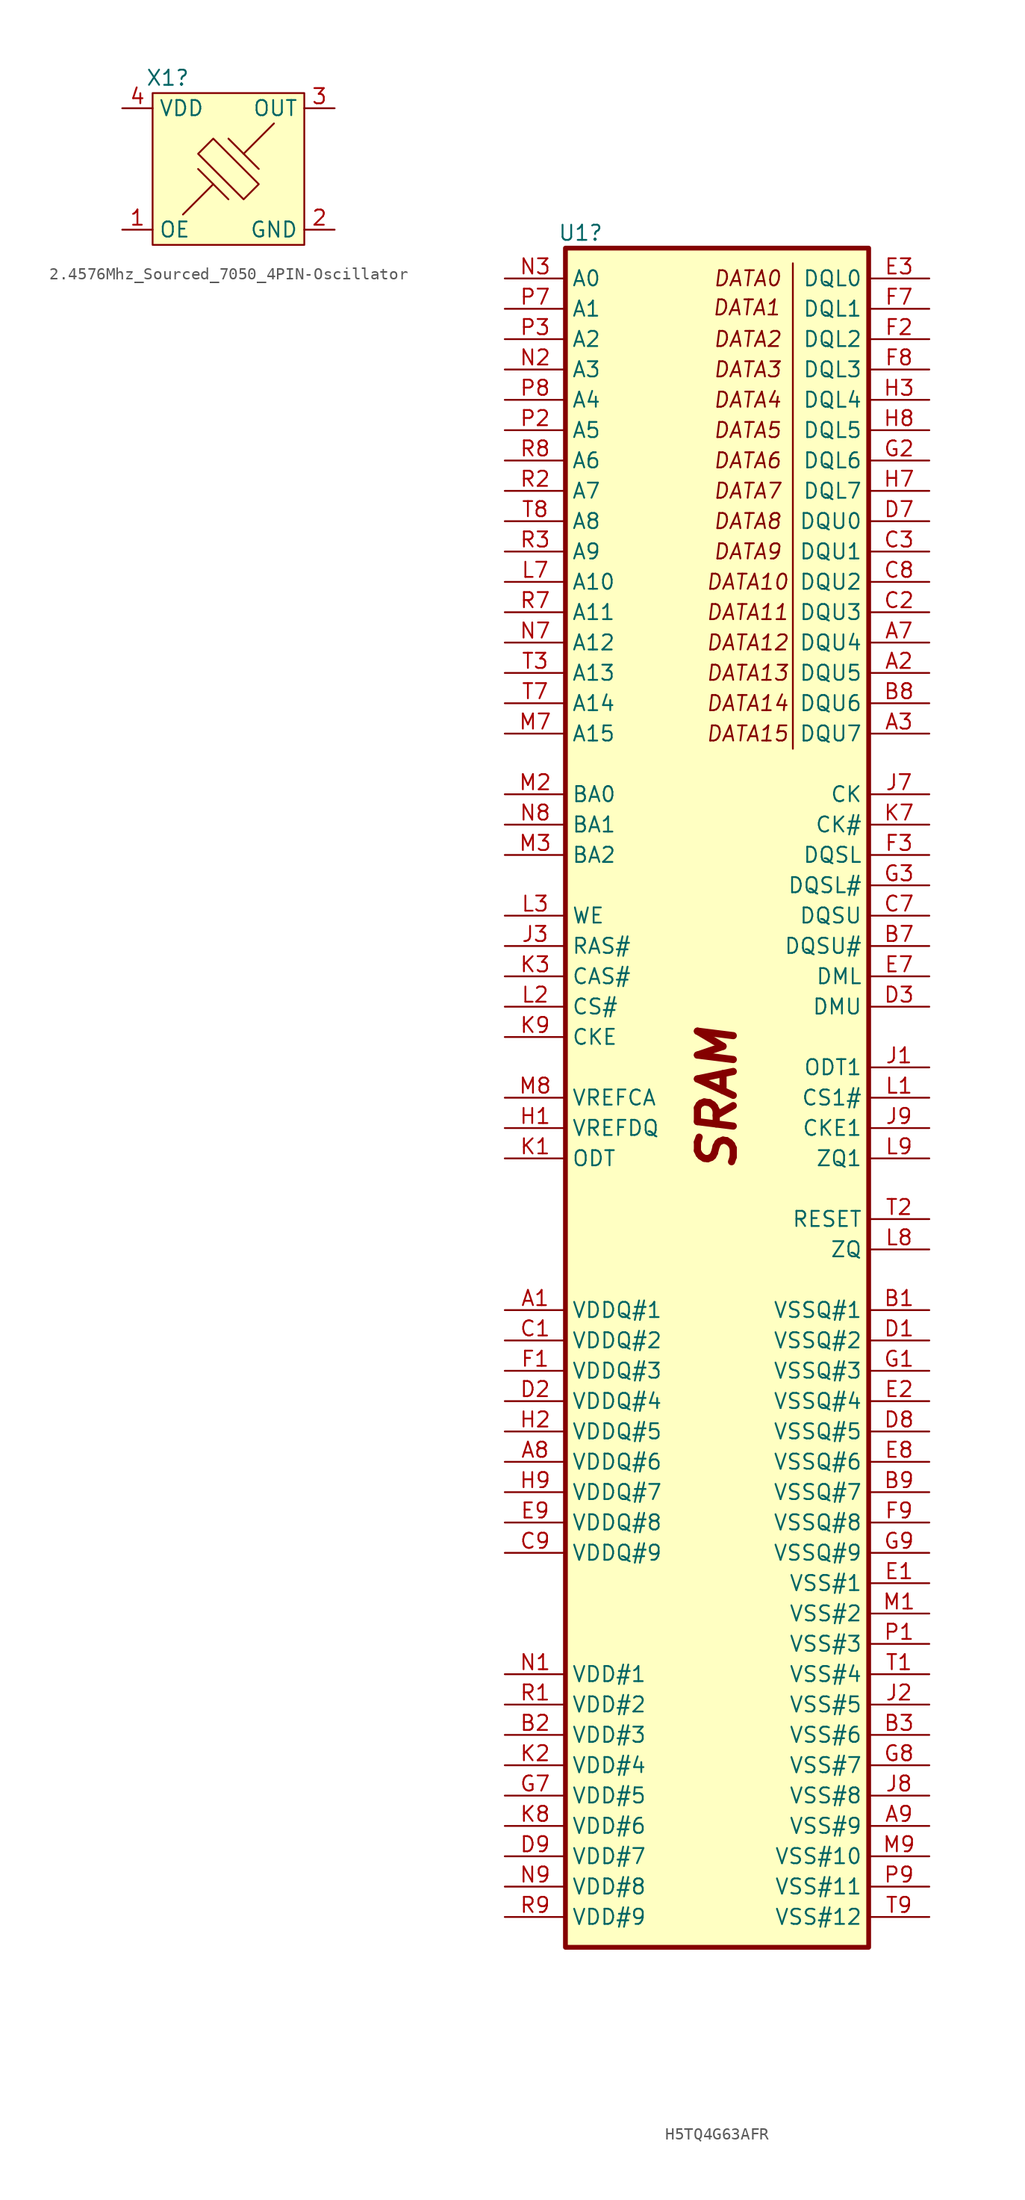
<source format=kicad_sym>
(kicad_symbol_lib
  (version 20220914)
  (generator kicad_symbol_editor)
  (symbol "2.4576Mhz_Sourced_7050_4PIN-Oscillator"
    (property "Reference" "X1"
      (at -5.08 7.62 0)
      (effects (font (size 1.27 1.27))))
    (property "Value" ""
      (at 0 -2.54 0)
      (effects (font (size 1.27 1.27))))
    (symbol "2.4576Mhz_Sourced_7050_4PIN-Oscillator_1_1"
      (rectangle (start -6.35 -6.35) (end 6.35 6.35) (stroke (width 0) (type default)) (fill (type background)))
      (polyline (pts (xy 0 -2.54) (xy -2.54 0)) (stroke (width 0) (type default)) (fill (type none)))
      (polyline (pts (xy 0 2.54) (xy 2.54 0)) (stroke (width 0) (type default)) (fill (type none)))
      (polyline (pts (xy 1.27 1.27) (xy 3.81 3.81)) (stroke (width 0) (type default)) (fill (type none)))
      (polyline (pts (xy -1.27 -1.27) (xy -3.81 -3.81) (xy -3.81 -3.81)) (stroke (width 0) (type default)) (fill (type none)))
      (polyline (pts (xy 1.27 -2.54) (xy -2.54 1.27) (xy -1.27 2.54) (xy 2.54 -1.27) (xy 1.27 -2.54)) (stroke (width 0) (type default)) (fill (type none)))
      (pin passive line (at -8.89 -5.08 0) (length 2.54) (name "OE" (effects (font (size 1.27 1.27)))) (number "1" (effects (font (size 1.27 1.27)))))
      (pin passive line (at 8.89 -5.08 180) (length 2.54) (name "GND" (effects (font (size 1.27 1.27)))) (number "2" (effects (font (size 1.27 1.27)))))
      (pin passive line (at 8.89 5.08 180) (length 2.54) (name "OUT" (effects (font (size 1.27 1.27)))) (number "3" (effects (font (size 1.27 1.27)))))
      (pin passive line (at -8.89 5.08 0) (length 2.54) (name "VDD" (effects (font (size 1.27 1.27)))) (number "4" (effects (font (size 1.27 1.27)))))))
  (symbol "H5TQ4G63AFR"
    (property "Reference" "U1"
      (at -11.43 72.39 0)
      (effects (font (size 1.27 1.27))))
    (property "Value" ""
      (at -11.43 -2.54 0)
      (effects (font (size 1.27 1.27))))
    (symbol "H5TQ4G63AFR_0_0"
      (text "SRAM" (at 0 0 900) (effects (font (size 3 3) bold italic))))
    (symbol "H5TQ4G63AFR_0_1"
      (rectangle (start -12.7 71.12) (end 12.7 -71.12) (stroke (width 0.4) (type default)) (fill (type background)))
      (polyline (pts (xy 6.35 29.21) (xy 6.35 69.85)) (stroke (width 0) (type default)) (fill (type none))))
    (symbol "H5TQ4G63AFR_1_1"
      (text "DATA0" (at 2.54 68.58 0) (effects (font (size 1.27 1.27) italic)))
      (text "DATA1" (at 2.47 66.143 0) (effects (font (size 1.27 1.27) italic)))
      (text "DATA10" (at 2.54 43.18 0) (effects (font (size 1.27 1.27) italic)))
      (text "DATA11" (at 2.54 40.64 0) (effects (font (size 1.27 1.27) italic)))
      (text "DATA12" (at 2.54 38.1 0) (effects (font (size 1.27 1.27) italic)))
      (text "DATA13" (at 2.54 35.56 0) (effects (font (size 1.27 1.27) italic)))
      (text "DATA14" (at 2.54 33.02 0) (effects (font (size 1.27 1.27) italic)))
      (text "DATA15" (at 2.54 30.48 0) (effects (font (size 1.27 1.27) italic)))
      (text "DATA2" (at 2.54 63.5 0) (effects (font (size 1.27 1.27) italic)))
      (text "DATA3" (at 2.54 60.96 0) (effects (font (size 1.27 1.27) italic)))
      (text "DATA4" (at 2.54 58.42 0) (effects (font (size 1.27 1.27) italic)))
      (text "DATA5" (at 2.54 55.88 0) (effects (font (size 1.27 1.27) italic)))
      (text "DATA6" (at 2.54 53.34 0) (effects (font (size 1.27 1.27) italic)))
      (text "DATA7" (at 2.54 50.8 0) (effects (font (size 1.27 1.27) italic)))
      (text "DATA8" (at 2.54 48.26 0) (effects (font (size 1.27 1.27) italic)))
      (text "DATA9" (at 2.54 45.72 0) (effects (font (size 1.27 1.27) italic)))
      (pin bidirectional line (at -17.78 -17.78 0) (length 5.08) (name "VDDQ#1" (effects (font (size 1.27 1.27)))) (number "A1" (effects (font (size 1.27 1.27)))))
      (pin bidirectional line (at 17.78 35.56 180) (length 5.08) (name "DQU5" (effects (font (size 1.27 1.27)))) (number "A2" (effects (font (size 1.27 1.27)))))
      (pin bidirectional line (at 17.78 30.48 180) (length 5.08) (name "DQU7" (effects (font (size 1.27 1.27)))) (number "A3" (effects (font (size 1.27 1.27)))))
      (pin bidirectional line (at 17.78 38.1 180) (length 5.08) (name "DQU4" (effects (font (size 1.27 1.27)))) (number "A7" (effects (font (size 1.27 1.27)))))
      (pin bidirectional line (at -17.78 -30.48 0) (length 5.08) (name "VDDQ#6" (effects (font (size 1.27 1.27)))) (number "A8" (effects (font (size 1.27 1.27)))))
      (pin bidirectional line (at 17.78 -60.96 180) (length 5.08) (name "VSS#9" (effects (font (size 1.27 1.27)))) (number "A9" (effects (font (size 1.27 1.27)))))
      (pin bidirectional line (at 17.78 -17.78 180) (length 5.08) (name "VSSQ#1" (effects (font (size 1.27 1.27)))) (number "B1" (effects (font (size 1.27 1.27)))))
      (pin bidirectional line (at -17.78 -53.34 0) (length 5.08) (name "VDD#3" (effects (font (size 1.27 1.27)))) (number "B2" (effects (font (size 1.27 1.27)))))
      (pin bidirectional line (at 17.78 -53.34 180) (length 5.08) (name "VSS#6" (effects (font (size 1.27 1.27)))) (number "B3" (effects (font (size 1.27 1.27)))))
      (pin bidirectional line (at 17.78 12.7 180) (length 5.08) (name "DQSU#" (effects (font (size 1.27 1.27)))) (number "B7" (effects (font (size 1.27 1.27)))))
      (pin bidirectional line (at 17.78 33.02 180) (length 5.08) (name "DQU6" (effects (font (size 1.27 1.27)))) (number "B8" (effects (font (size 1.27 1.27)))))
      (pin bidirectional line (at 17.78 -33.02 180) (length 5.08) (name "VSSQ#7" (effects (font (size 1.27 1.27)))) (number "B9" (effects (font (size 1.27 1.27)))))
      (pin bidirectional line (at -17.78 -20.32 0) (length 5.08) (name "VDDQ#2" (effects (font (size 1.27 1.27)))) (number "C1" (effects (font (size 1.27 1.27)))))
      (pin bidirectional line (at 17.78 40.64 180) (length 5.08) (name "DQU3" (effects (font (size 1.27 1.27)))) (number "C2" (effects (font (size 1.27 1.27)))))
      (pin bidirectional line (at 17.78 45.72 180) (length 5.08) (name "DQU1" (effects (font (size 1.27 1.27)))) (number "C3" (effects (font (size 1.27 1.27)))))
      (pin bidirectional line (at 17.78 15.24 180) (length 5.08) (name "DQSU" (effects (font (size 1.27 1.27)))) (number "C7" (effects (font (size 1.27 1.27)))))
      (pin bidirectional line (at 17.78 43.18 180) (length 5.08) (name "DQU2" (effects (font (size 1.27 1.27)))) (number "C8" (effects (font (size 1.27 1.27)))))
      (pin bidirectional line (at -17.78 -38.1 0) (length 5.08) (name "VDDQ#9" (effects (font (size 1.27 1.27)))) (number "C9" (effects (font (size 1.27 1.27)))))
      (pin bidirectional line (at 17.78 -20.32 180) (length 5.08) (name "VSSQ#2" (effects (font (size 1.27 1.27)))) (number "D1" (effects (font (size 1.27 1.27)))))
      (pin bidirectional line (at -17.78 -25.4 0) (length 5.08) (name "VDDQ#4" (effects (font (size 1.27 1.27)))) (number "D2" (effects (font (size 1.27 1.27)))))
      (pin bidirectional line (at 17.78 7.62 180) (length 5.08) (name "DMU" (effects (font (size 1.27 1.27)))) (number "D3" (effects (font (size 1.27 1.27)))))
      (pin bidirectional line (at 17.78 48.26 180) (length 5.08) (name "DQU0" (effects (font (size 1.27 1.27)))) (number "D7" (effects (font (size 1.27 1.27)))))
      (pin bidirectional line (at 17.78 -27.94 180) (length 5.08) (name "VSSQ#5" (effects (font (size 1.27 1.27)))) (number "D8" (effects (font (size 1.27 1.27)))))
      (pin bidirectional line (at -17.78 -63.5 0) (length 5.08) (name "VDD#7" (effects (font (size 1.27 1.27)))) (number "D9" (effects (font (size 1.27 1.27)))))
      (pin bidirectional line (at 17.78 -40.64 180) (length 5.08) (name "VSS#1" (effects (font (size 1.27 1.27)))) (number "E1" (effects (font (size 1.27 1.27)))))
      (pin bidirectional line (at 17.78 -25.4 180) (length 5.08) (name "VSSQ#4" (effects (font (size 1.27 1.27)))) (number "E2" (effects (font (size 1.27 1.27)))))
      (pin bidirectional line (at 17.78 68.58 180) (length 5.08) (name "DQL0" (effects (font (size 1.27 1.27)))) (number "E3" (effects (font (size 1.27 1.27)))))
      (pin bidirectional line (at 17.78 10.16 180) (length 5.08) (name "DML" (effects (font (size 1.27 1.27)))) (number "E7" (effects (font (size 1.27 1.27)))))
      (pin bidirectional line (at 17.78 -30.48 180) (length 5.08) (name "VSSQ#6" (effects (font (size 1.27 1.27)))) (number "E8" (effects (font (size 1.27 1.27)))))
      (pin bidirectional line (at -17.78 -35.56 0) (length 5.08) (name "VDDQ#8" (effects (font (size 1.27 1.27)))) (number "E9" (effects (font (size 1.27 1.27)))))
      (pin bidirectional line (at -17.78 -22.86 0) (length 5.08) (name "VDDQ#3" (effects (font (size 1.27 1.27)))) (number "F1" (effects (font (size 1.27 1.27)))))
      (pin bidirectional line (at 17.78 63.5 180) (length 5.08) (name "DQL2" (effects (font (size 1.27 1.27)))) (number "F2" (effects (font (size 1.27 1.27)))))
      (pin bidirectional line (at 17.78 20.32 180) (length 5.08) (name "DQSL" (effects (font (size 1.27 1.27)))) (number "F3" (effects (font (size 1.27 1.27)))))
      (pin bidirectional line (at 17.78 66.04 180) (length 5.08) (name "DQL1" (effects (font (size 1.27 1.27)))) (number "F7" (effects (font (size 1.27 1.27)))))
      (pin bidirectional line (at 17.78 60.96 180) (length 5.08) (name "DQL3" (effects (font (size 1.27 1.27)))) (number "F8" (effects (font (size 1.27 1.27)))))
      (pin bidirectional line (at 17.78 -35.56 180) (length 5.08) (name "VSSQ#8" (effects (font (size 1.27 1.27)))) (number "F9" (effects (font (size 1.27 1.27)))))
      (pin bidirectional line (at 17.78 -22.86 180) (length 5.08) (name "VSSQ#3" (effects (font (size 1.27 1.27)))) (number "G1" (effects (font (size 1.27 1.27)))))
      (pin bidirectional line (at 17.78 53.34 180) (length 5.08) (name "DQL6" (effects (font (size 1.27 1.27)))) (number "G2" (effects (font (size 1.27 1.27)))))
      (pin bidirectional line (at 17.78 17.78 180) (length 5.08) (name "DQSL#" (effects (font (size 1.27 1.27)))) (number "G3" (effects (font (size 1.27 1.27)))))
      (pin bidirectional line (at -17.78 -58.42 0) (length 5.08) (name "VDD#5" (effects (font (size 1.27 1.27)))) (number "G7" (effects (font (size 1.27 1.27)))))
      (pin bidirectional line (at 17.78 -55.88 180) (length 5.08) (name "VSS#7" (effects (font (size 1.27 1.27)))) (number "G8" (effects (font (size 1.27 1.27)))))
      (pin bidirectional line (at 17.78 -38.1 180) (length 5.08) (name "VSSQ#9" (effects (font (size 1.27 1.27)))) (number "G9" (effects (font (size 1.27 1.27)))))
      (pin bidirectional line (at -17.78 -2.54 0) (length 5.08) (name "VREFDQ" (effects (font (size 1.27 1.27)))) (number "H1" (effects (font (size 1.27 1.27)))))
      (pin bidirectional line (at -17.78 -27.94 0) (length 5.08) (name "VDDQ#5" (effects (font (size 1.27 1.27)))) (number "H2" (effects (font (size 1.27 1.27)))))
      (pin bidirectional line (at 17.78 58.42 180) (length 5.08) (name "DQL4" (effects (font (size 1.27 1.27)))) (number "H3" (effects (font (size 1.27 1.27)))))
      (pin bidirectional line (at 17.78 50.8 180) (length 5.08) (name "DQL7" (effects (font (size 1.27 1.27)))) (number "H7" (effects (font (size 1.27 1.27)))))
      (pin bidirectional line (at 17.78 55.88 180) (length 5.08) (name "DQL5" (effects (font (size 1.27 1.27)))) (number "H8" (effects (font (size 1.27 1.27)))))
      (pin bidirectional line (at -17.78 -33.02 0) (length 5.08) (name "VDDQ#7" (effects (font (size 1.27 1.27)))) (number "H9" (effects (font (size 1.27 1.27)))))
      (pin bidirectional line (at 17.78 2.54 180) (length 5.08) (name "ODT1" (effects (font (size 1.27 1.27)))) (number "J1" (effects (font (size 1.27 1.27)))))
      (pin bidirectional line (at 17.78 -50.8 180) (length 5.08) (name "VSS#5" (effects (font (size 1.27 1.27)))) (number "J2" (effects (font (size 1.27 1.27)))))
      (pin bidirectional line (at -17.78 12.7 0) (length 5.08) (name "RAS#" (effects (font (size 1.27 1.27)))) (number "J3" (effects (font (size 1.27 1.27)))))
      (pin bidirectional line (at 17.78 25.4 180) (length 5.08) (name "CK" (effects (font (size 1.27 1.27)))) (number "J7" (effects (font (size 1.27 1.27)))))
      (pin bidirectional line (at 17.78 -58.42 180) (length 5.08) (name "VSS#8" (effects (font (size 1.27 1.27)))) (number "J8" (effects (font (size 1.27 1.27)))))
      (pin bidirectional line (at 17.78 -2.54 180) (length 5.08) (name "CKE1" (effects (font (size 1.27 1.27)))) (number "J9" (effects (font (size 1.27 1.27)))))
      (pin bidirectional line (at -17.78 -5.08 0) (length 5.08) (name "ODT" (effects (font (size 1.27 1.27)))) (number "K1" (effects (font (size 1.27 1.27)))))
      (pin bidirectional line (at -17.78 -55.88 0) (length 5.08) (name "VDD#4" (effects (font (size 1.27 1.27)))) (number "K2" (effects (font (size 1.27 1.27)))))
      (pin bidirectional line (at -17.78 10.16 0) (length 5.08) (name "CAS#" (effects (font (size 1.27 1.27)))) (number "K3" (effects (font (size 1.27 1.27)))))
      (pin bidirectional line (at 17.78 22.86 180) (length 5.08) (name "CK#" (effects (font (size 1.27 1.27)))) (number "K7" (effects (font (size 1.27 1.27)))))
      (pin bidirectional line (at -17.78 -60.96 0) (length 5.08) (name "VDD#6" (effects (font (size 1.27 1.27)))) (number "K8" (effects (font (size 1.27 1.27)))))
      (pin bidirectional line (at -17.78 5.08 0) (length 5.08) (name "CKE" (effects (font (size 1.27 1.27)))) (number "K9" (effects (font (size 1.27 1.27)))))
      (pin bidirectional line (at 17.78 0 180) (length 5.08) (name "CS1#" (effects (font (size 1.27 1.27)))) (number "L1" (effects (font (size 1.27 1.27)))))
      (pin bidirectional line (at -17.78 7.62 0) (length 5.08) (name "CS#" (effects (font (size 1.27 1.27)))) (number "L2" (effects (font (size 1.27 1.27)))))
      (pin bidirectional line (at -17.78 15.24 0) (length 5.08) (name "WE" (effects (font (size 1.27 1.27)))) (number "L3" (effects (font (size 1.27 1.27)))))
      (pin bidirectional line (at -17.78 43.18 0) (length 5.08) (name "A10" (effects (font (size 1.27 1.27)))) (number "L7" (effects (font (size 1.27 1.27)))))
      (pin bidirectional line (at 17.78 -12.7 180) (length 5.08) (name "ZQ" (effects (font (size 1.27 1.27)))) (number "L8" (effects (font (size 1.27 1.27)))))
      (pin bidirectional line (at 17.78 -5.08 180) (length 5.08) (name "ZQ1" (effects (font (size 1.27 1.27)))) (number "L9" (effects (font (size 1.27 1.27)))))
      (pin bidirectional line (at 17.78 -43.18 180) (length 5.08) (name "VSS#2" (effects (font (size 1.27 1.27)))) (number "M1" (effects (font (size 1.27 1.27)))))
      (pin bidirectional line (at -17.78 25.4 0) (length 5.08) (name "BA0" (effects (font (size 1.27 1.27)))) (number "M2" (effects (font (size 1.27 1.27)))))
      (pin bidirectional line (at -17.78 20.32 0) (length 5.08) (name "BA2" (effects (font (size 1.27 1.27)))) (number "M3" (effects (font (size 1.27 1.27)))))
      (pin bidirectional line (at -17.78 30.48 0) (length 5.08) (name "A15" (effects (font (size 1.27 1.27)))) (number "M7" (effects (font (size 1.27 1.27)))))
      (pin bidirectional line (at -17.78 0 0) (length 5.08) (name "VREFCA" (effects (font (size 1.27 1.27)))) (number "M8" (effects (font (size 1.27 1.27)))))
      (pin bidirectional line (at 17.78 -63.5 180) (length 5.08) (name "VSS#10" (effects (font (size 1.27 1.27)))) (number "M9" (effects (font (size 1.27 1.27)))))
      (pin bidirectional line (at -17.78 -48.26 0) (length 5.08) (name "VDD#1" (effects (font (size 1.27 1.27)))) (number "N1" (effects (font (size 1.27 1.27)))))
      (pin bidirectional line (at -17.78 60.96 0) (length 5.08) (name "A3" (effects (font (size 1.27 1.27)))) (number "N2" (effects (font (size 1.27 1.27)))))
      (pin bidirectional line (at -17.78 68.58 0) (length 5.08) (name "A0" (effects (font (size 1.27 1.27)))) (number "N3" (effects (font (size 1.27 1.27)))))
      (pin bidirectional line (at -17.78 38.1 0) (length 5.08) (name "A12" (effects (font (size 1.27 1.27)))) (number "N7" (effects (font (size 1.27 1.27)))))
      (pin bidirectional line (at -17.78 22.86 0) (length 5.08) (name "BA1" (effects (font (size 1.27 1.27)))) (number "N8" (effects (font (size 1.27 1.27)))))
      (pin bidirectional line (at -17.78 -66.04 0) (length 5.08) (name "VDD#8" (effects (font (size 1.27 1.27)))) (number "N9" (effects (font (size 1.27 1.27)))))
      (pin bidirectional line (at 17.78 -45.72 180) (length 5.08) (name "VSS#3" (effects (font (size 1.27 1.27)))) (number "P1" (effects (font (size 1.27 1.27)))))
      (pin bidirectional line (at -17.78 55.88 0) (length 5.08) (name "A5" (effects (font (size 1.27 1.27)))) (number "P2" (effects (font (size 1.27 1.27)))))
      (pin bidirectional line (at -17.78 63.5 0) (length 5.08) (name "A2" (effects (font (size 1.27 1.27)))) (number "P3" (effects (font (size 1.27 1.27)))))
      (pin bidirectional line (at -17.78 66.04 0) (length 5.08) (name "A1" (effects (font (size 1.27 1.27)))) (number "P7" (effects (font (size 1.27 1.27)))))
      (pin bidirectional line (at -17.78 58.42 0) (length 5.08) (name "A4" (effects (font (size 1.27 1.27)))) (number "P8" (effects (font (size 1.27 1.27)))))
      (pin bidirectional line (at 17.78 -66.04 180) (length 5.08) (name "VSS#11" (effects (font (size 1.27 1.27)))) (number "P9" (effects (font (size 1.27 1.27)))))
      (pin bidirectional line (at -17.78 -50.8 0) (length 5.08) (name "VDD#2" (effects (font (size 1.27 1.27)))) (number "R1" (effects (font (size 1.27 1.27)))))
      (pin bidirectional line (at -17.78 50.8 0) (length 5.08) (name "A7" (effects (font (size 1.27 1.27)))) (number "R2" (effects (font (size 1.27 1.27)))))
      (pin bidirectional line (at -17.78 45.72 0) (length 5.08) (name "A9" (effects (font (size 1.27 1.27)))) (number "R3" (effects (font (size 1.27 1.27)))))
      (pin bidirectional line (at -17.78 40.64 0) (length 5.08) (name "A11" (effects (font (size 1.27 1.27)))) (number "R7" (effects (font (size 1.27 1.27)))))
      (pin bidirectional line (at -17.78 53.34 0) (length 5.08) (name "A6" (effects (font (size 1.27 1.27)))) (number "R8" (effects (font (size 1.27 1.27)))))
      (pin bidirectional line (at -17.78 -68.58 0) (length 5.08) (name "VDD#9" (effects (font (size 1.27 1.27)))) (number "R9" (effects (font (size 1.27 1.27)))))
      (pin bidirectional line (at 17.78 -48.26 180) (length 5.08) (name "VSS#4" (effects (font (size 1.27 1.27)))) (number "T1" (effects (font (size 1.27 1.27)))))
      (pin bidirectional line (at 17.78 -10.16 180) (length 5.08) (name "RESET" (effects (font (size 1.27 1.27)))) (number "T2" (effects (font (size 1.27 1.27)))))
      (pin bidirectional line (at -17.78 35.56 0) (length 5.08) (name "A13" (effects (font (size 1.27 1.27)))) (number "T3" (effects (font (size 1.27 1.27)))))
      (pin bidirectional line (at -17.78 33.02 0) (length 5.08) (name "A14" (effects (font (size 1.27 1.27)))) (number "T7" (effects (font (size 1.27 1.27)))))
      (pin bidirectional line (at -17.78 48.26 0) (length 5.08) (name "A8" (effects (font (size 1.27 1.27)))) (number "T8" (effects (font (size 1.27 1.27)))))
      (pin bidirectional line (at 17.78 -68.58 180) (length 5.08) (name "VSS#12" (effects (font (size 1.27 1.27)))) (number "T9" (effects (font (size 1.27 1.27))))))))
</source>
